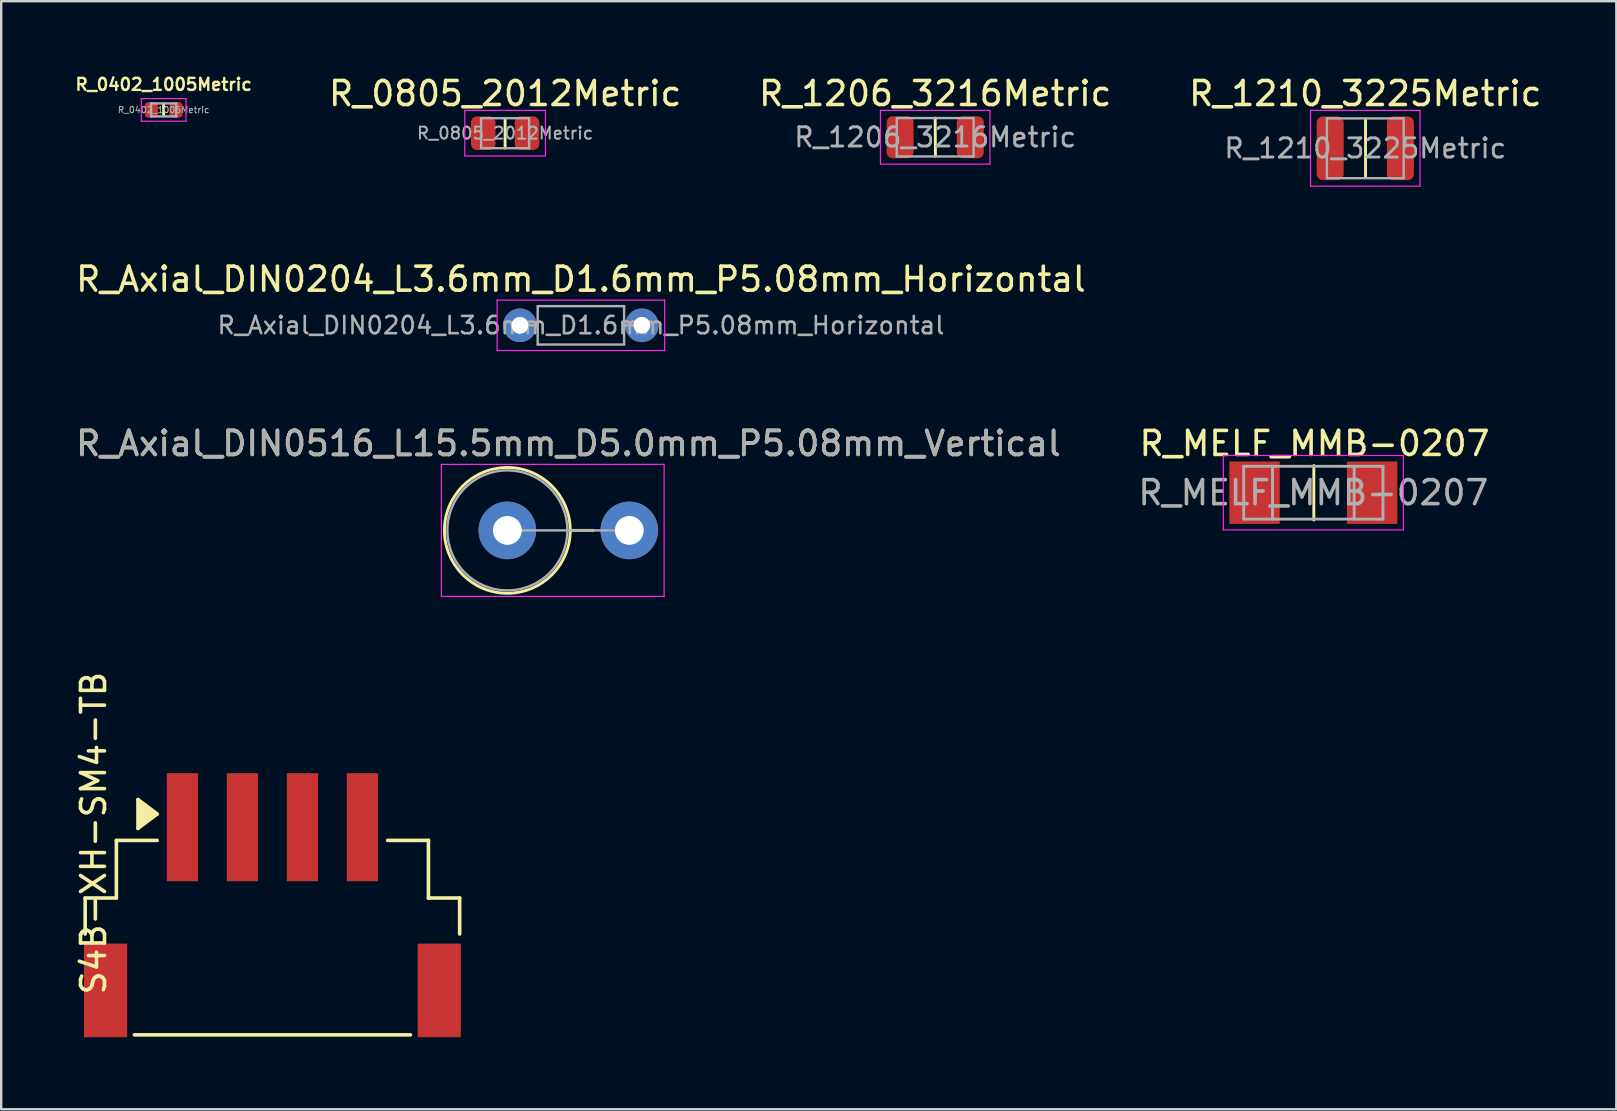
<source format=kicad_pcb>
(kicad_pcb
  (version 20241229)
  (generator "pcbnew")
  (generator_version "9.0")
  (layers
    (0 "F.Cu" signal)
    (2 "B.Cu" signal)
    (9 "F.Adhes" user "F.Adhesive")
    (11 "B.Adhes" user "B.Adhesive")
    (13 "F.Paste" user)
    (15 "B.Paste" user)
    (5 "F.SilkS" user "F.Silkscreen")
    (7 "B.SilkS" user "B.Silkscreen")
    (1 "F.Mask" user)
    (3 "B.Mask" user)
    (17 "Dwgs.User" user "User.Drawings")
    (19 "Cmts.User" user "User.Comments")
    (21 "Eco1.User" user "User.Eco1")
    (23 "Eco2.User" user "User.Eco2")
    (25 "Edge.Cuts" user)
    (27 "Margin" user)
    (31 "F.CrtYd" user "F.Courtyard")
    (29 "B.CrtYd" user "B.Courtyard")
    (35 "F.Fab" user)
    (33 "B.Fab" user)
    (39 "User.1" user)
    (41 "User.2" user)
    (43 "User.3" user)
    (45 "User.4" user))
  (footprint "R_0402_1005Metric"
    (layer "F.Cu")
    (at 3.767 1.528)
    (property "Reference" "R_0402_1005Metric" (at 0 -1.06 0) (layer "F.SilkS") (effects (font (size 0.5 0.5) (thickness 0.1))))
    (attr smd)
    (fp_line (start 0 -0.26) (end 0 0.25) (stroke (width 0.12) (type solid)) (layer "F.SilkS"))
    (fp_line (start -0.93 -0.47) (end 0.93 -0.47) (stroke (width 0.05) (type solid)) (layer "F.CrtYd"))
    (fp_line (start -0.93 0.47) (end -0.93 -0.47) (stroke (width 0.05) (type solid)) (layer "F.CrtYd"))
    (fp_line (start 0.93 -0.47) (end 0.93 0.47) (stroke (width 0.05) (type solid)) (layer "F.CrtYd"))
    (fp_line (start 0.93 0.47) (end -0.93 0.47) (stroke (width 0.05) (type solid)) (layer "F.CrtYd"))
    (fp_line (start -0.525 -0.27) (end 0.525 -0.27) (stroke (width 0.1) (type solid)) (layer "F.Fab"))
    (fp_line (start -0.525 0.27) (end -0.525 -0.27) (stroke (width 0.1) (type solid)) (layer "F.Fab"))
    (fp_line (start 0.525 -0.27) (end 0.525 0.27) (stroke (width 0.1) (type solid)) (layer "F.Fab"))
    (fp_line (start 0.525 0.27) (end -0.525 0.27) (stroke (width 0.1) (type solid)) (layer "F.Fab"))
    (fp_text user "${REFERENCE}" (at 0 0 0) (layer "F.Fab") (effects (font (size 0.26 0.26) (thickness 0.04))))
    (pad "1" smd roundrect (at -0.51 0) (size 0.54 0.64) (layers "F.Cu" "F.Mask" "F.Paste") (roundrect_rratio 0.25))
    (pad "2" smd roundrect (at 0.51 0) (size 0.54 0.64) (layers "F.Cu" "F.Mask" "F.Paste") (roundrect_rratio 0.25)))
  (footprint "R_1206_3216Metric"
    (layer "F.Cu")
    (at 35.908 2.668)
    (property "Reference" "R_1206_3216Metric" (at 0 -1.82 0) (layer "F.SilkS") (effects (font (size 1 1) (thickness 0.15))))
    (attr smd)
    (fp_line (start 0 -0.8) (end 0.01 0.79) (stroke (width 0.12) (type solid)) (layer "F.SilkS"))
    (fp_line (start -2.28 -1.12) (end 2.28 -1.12) (stroke (width 0.05) (type solid)) (layer "F.CrtYd"))
    (fp_line (start -2.28 1.12) (end -2.28 -1.12) (stroke (width 0.05) (type solid)) (layer "F.CrtYd"))
    (fp_line (start 2.28 -1.12) (end 2.28 1.12) (stroke (width 0.05) (type solid)) (layer "F.CrtYd"))
    (fp_line (start 2.28 1.12) (end -2.28 1.12) (stroke (width 0.05) (type solid)) (layer "F.CrtYd"))
    (fp_line (start -1.6 -0.8) (end 1.6 -0.8) (stroke (width 0.1) (type solid)) (layer "F.Fab"))
    (fp_line (start -1.6 0.8) (end -1.6 -0.8) (stroke (width 0.1) (type solid)) (layer "F.Fab"))
    (fp_line (start 1.6 -0.8) (end 1.6 0.8) (stroke (width 0.1) (type solid)) (layer "F.Fab"))
    (fp_line (start 1.6 0.8) (end -1.6 0.8) (stroke (width 0.1) (type solid)) (layer "F.Fab"))
    (fp_text user "${REFERENCE}" (at 0 0 0) (layer "F.Fab") (effects (font (size 0.8 0.8) (thickness 0.12))))
    (pad "1" smd roundrect (at -1.462 0) (size 1.125 1.75) (layers "F.Cu" "F.Mask" "F.Paste") (roundrect_rratio 0.222))
    (pad "2" smd roundrect (at 1.462 0) (size 1.125 1.75) (layers "F.Cu" "F.Mask" "F.Paste") (roundrect_rratio 0.222)))
  (footprint "R_Axial_DIN0516_L15.5mm_D5.0mm_P5.08mm_Vertical"
    (layer "F.Cu")
    (at 18.085 19.045)
    (property "Reference" "R_Axial_DIN0516_L15.5mm_D5.0mm_P5.08mm_Vertical" (at 2.54 -3.62 0) (layer "F.SilkS") (effects (font (size 1 1) (thickness 0.15))))
    (attr through_hole)
    (fp_line (start 2.62 0) (end 3.58 0) (stroke (width 0.12) (type solid)) (layer "F.SilkS"))
    (fp_circle (center 0 0) (end 2.62 0) (stroke (width 0.12) (type solid)) (fill no) (layer "F.SilkS"))
    (fp_line (start -2.75 -2.75) (end -2.75 2.75) (stroke (width 0.05) (type solid)) (layer "F.CrtYd"))
    (fp_line (start -2.75 2.75) (end 6.53 2.75) (stroke (width 0.05) (type solid)) (layer "F.CrtYd"))
    (fp_line (start 6.53 -2.75) (end -2.75 -2.75) (stroke (width 0.05) (type solid)) (layer "F.CrtYd"))
    (fp_line (start 6.53 2.75) (end 6.53 -2.75) (stroke (width 0.05) (type solid)) (layer "F.CrtYd"))
    (fp_line (start 0 0) (end 5.08 0) (stroke (width 0.1) (type solid)) (layer "F.Fab"))
    (fp_circle (center 0 0) (end 2.5 0) (stroke (width 0.1) (type solid)) (fill no) (layer "F.Fab"))
    (fp_text user "${REFERENCE}" (at 2.54 -3.62 0) (layer "F.Fab") (effects (font (size 1 1) (thickness 0.15))))
    (pad "1" thru_hole circle (at 0 0) (size 2.4 2.4) (drill 1.2) (layers "*.Cu" "*.Mask"))
    (pad "2" thru_hole oval (at 5.08 0) (size 2.4 2.4) (drill 1.2) (layers "*.Cu" "*.Mask")))
  (footprint "S4B-XH-SM4-TB"
    (layer "F.Cu")
    (at 8.298 33.659)
    (property "Reference" "S4B-XH-SM4-TB" (at -7.45 -2 90) (layer "F.SilkS") (effects (font (size 1 1) (thickness 0.15))))
    (attr smd)
    (fp_line (start -7.8 0.7) (end -6.5 0.7) (stroke (width 0.15) (type solid)) (layer "F.SilkS"))
    (fp_line (start -7.8 2.2) (end -7.8 0.7) (stroke (width 0.15) (type solid)) (layer "F.SilkS"))
    (fp_line (start -6.5 -1.7) (end -4.8 -1.7) (stroke (width 0.15) (type solid)) (layer "F.SilkS"))
    (fp_line (start -6.5 0.7) (end -6.5 -1.7) (stroke (width 0.15) (type solid)) (layer "F.SilkS"))
    (fp_line (start -5.75 6.4) (end 5.75 6.4) (stroke (width 0.15) (type solid)) (layer "F.SilkS"))
    (fp_line (start -5.6 -3.4) (end -4.8 -2.8) (stroke (width 0.15) (type solid)) (layer "F.SilkS"))
    (fp_line (start -5.6 -2.2) (end -5.6 -3.4) (stroke (width 0.15) (type solid)) (layer "F.SilkS"))
    (fp_line (start -5.5 -3.2) (end -5.5 -2.4) (stroke (width 0.15) (type solid)) (layer "F.SilkS"))
    (fp_line (start -5.4 -3.2) (end -5.4 -2.4) (stroke (width 0.15) (type solid)) (layer "F.SilkS"))
    (fp_line (start -5.3 -3.1) (end -5.3 -2.5) (stroke (width 0.15) (type solid)) (layer "F.SilkS"))
    (fp_line (start -5.2 -3) (end -5.2 -2.6) (stroke (width 0.15) (type solid)) (layer "F.SilkS"))
    (fp_line (start -5.1 -2.9) (end -5.1 -2.7) (stroke (width 0.15) (type solid)) (layer "F.SilkS"))
    (fp_line (start -5 -2.9) (end -5 -2.7) (stroke (width 0.15) (type solid)) (layer "F.SilkS"))
    (fp_line (start -4.8 -2.8) (end -5.6 -2.2) (stroke (width 0.15) (type solid)) (layer "F.SilkS"))
    (fp_line (start 4.8 -1.7) (end 6.5 -1.7) (stroke (width 0.15) (type solid)) (layer "F.SilkS"))
    (fp_line (start 6.5 0.7) (end 6.5 -1.7) (stroke (width 0.15) (type solid)) (layer "F.SilkS"))
    (fp_line (start 6.5 0.7) (end 7.8 0.7) (stroke (width 0.15) (type solid)) (layer "F.SilkS"))
    (fp_line (start 7.8 2.2) (end 7.8 0.7) (stroke (width 0.15) (type solid)) (layer "F.SilkS"))
    (pad "" smd rect (at -6.95 4.55) (size 1.8 3.9) (layers "F.Cu" "F.Mask" "F.Paste"))
    (pad "" smd rect (at 6.95 4.55) (size 1.8 3.9) (layers "F.Cu" "F.Mask" "F.Paste"))
    (pad "1" smd rect (at -3.75 -2.25) (size 1.3 4.5) (layers "F.Cu" "F.Mask" "F.Paste"))
    (pad "2" smd rect (at -1.25 -2.25) (size 1.3 4.5) (layers "F.Cu" "F.Mask" "F.Paste"))
    (pad "3" smd rect (at 1.25 -2.25) (size 1.3 4.5) (layers "F.Cu" "F.Mask" "F.Paste"))
    (pad "4" smd rect (at 3.75 -2.25) (size 1.3 4.5) (layers "F.Cu" "F.Mask" "F.Paste")))
  (footprint "R_0805_2012Metric"
    (layer "F.Cu")
    (at 17.992 2.498)
    (property "Reference" "R_0805_2012Metric" (at 0 -1.65 0) (layer "F.SilkS") (effects (font (size 1 1) (thickness 0.15))))
    (attr smd)
    (fp_line (start 0 -0.62) (end 0 0.62) (stroke (width 0.12) (type solid)) (layer "F.SilkS"))
    (fp_line (start -1.68 -0.95) (end 1.68 -0.95) (stroke (width 0.05) (type solid)) (layer "F.CrtYd"))
    (fp_line (start -1.68 0.95) (end -1.68 -0.95) (stroke (width 0.05) (type solid)) (layer "F.CrtYd"))
    (fp_line (start 1.68 -0.95) (end 1.68 0.95) (stroke (width 0.05) (type solid)) (layer "F.CrtYd"))
    (fp_line (start 1.68 0.95) (end -1.68 0.95) (stroke (width 0.05) (type solid)) (layer "F.CrtYd"))
    (fp_line (start -1 -0.625) (end 1 -0.625) (stroke (width 0.1) (type solid)) (layer "F.Fab"))
    (fp_line (start -1 0.625) (end -1 -0.625) (stroke (width 0.1) (type solid)) (layer "F.Fab"))
    (fp_line (start 1 -0.625) (end 1 0.625) (stroke (width 0.1) (type solid)) (layer "F.Fab"))
    (fp_line (start 1 0.625) (end -1 0.625) (stroke (width 0.1) (type solid)) (layer "F.Fab"))
    (fp_text user "${REFERENCE}" (at 0 0 0) (layer "F.Fab") (effects (font (size 0.5 0.5) (thickness 0.08))))
    (pad "1" smd roundrect (at -0.912 0) (size 1.025 1.4) (layers "F.Cu" "F.Mask" "F.Paste") (roundrect_rratio 0.244))
    (pad "2" smd roundrect (at 0.912 0) (size 1.025 1.4) (layers "F.Cu" "F.Mask" "F.Paste") (roundrect_rratio 0.244)))
  (footprint "R_Axial_DIN0204_L3.6mm_D1.6mm_P5.08mm_Horizontal"
    (layer "F.Cu")
    (at 18.609 10.502)
    (property "Reference" "R_Axial_DIN0204_L3.6mm_D1.6mm_P5.08mm_Horizontal" (at 2.54 -1.92 0) (layer "F.SilkS") (effects (font (size 1 1) (thickness 0.15))))
    (attr through_hole)
    (fp_line (start -0.95 -1.05) (end -0.95 1.05) (stroke (width 0.05) (type solid)) (layer "F.CrtYd"))
    (fp_line (start -0.95 1.05) (end 6.03 1.05) (stroke (width 0.05) (type solid)) (layer "F.CrtYd"))
    (fp_line (start 6.03 -1.05) (end -0.95 -1.05) (stroke (width 0.05) (type solid)) (layer "F.CrtYd"))
    (fp_line (start 6.03 1.05) (end 6.03 -1.05) (stroke (width 0.05) (type solid)) (layer "F.CrtYd"))
    (fp_line (start 0 0) (end 0.74 0) (stroke (width 0.1) (type solid)) (layer "F.Fab"))
    (fp_line (start 0.74 -0.8) (end 0.74 0.8) (stroke (width 0.1) (type solid)) (layer "F.Fab"))
    (fp_line (start 0.74 0.8) (end 4.34 0.8) (stroke (width 0.1) (type solid)) (layer "F.Fab"))
    (fp_line (start 4.34 -0.8) (end 0.74 -0.8) (stroke (width 0.1) (type solid)) (layer "F.Fab"))
    (fp_line (start 4.34 0.8) (end 4.34 -0.8) (stroke (width 0.1) (type solid)) (layer "F.Fab"))
    (fp_line (start 5.08 0) (end 4.34 0) (stroke (width 0.1) (type solid)) (layer "F.Fab"))
    (fp_text user "${REFERENCE}" (at 2.54 0 0) (layer "F.Fab") (effects (font (size 0.72 0.72) (thickness 0.108))))
    (pad "1" thru_hole circle (at 0 0) (size 1.4 1.4) (drill 0.7) (layers "*.Cu" "*.Mask"))
    (pad "2" thru_hole oval (at 5.08 0) (size 1.4 1.4) (drill 0.7) (layers "*.Cu" "*.Mask")))
  (footprint "R_1210_3225Metric"
    (layer "F.Cu")
    (at 53.825 3.128)
    (property "Reference" "R_1210_3225Metric" (at 0 -2.28 0) (layer "F.SilkS") (effects (font (size 1 1) (thickness 0.15))))
    (attr smd)
    (fp_line (start 0.01 -1.2) (end 0.01 1.17) (stroke (width 0.12) (type solid)) (layer "F.SilkS"))
    (fp_line (start -2.28 -1.58) (end 2.28 -1.58) (stroke (width 0.05) (type solid)) (layer "F.CrtYd"))
    (fp_line (start -2.28 1.58) (end -2.28 -1.58) (stroke (width 0.05) (type solid)) (layer "F.CrtYd"))
    (fp_line (start 2.28 -1.58) (end 2.28 1.58) (stroke (width 0.05) (type solid)) (layer "F.CrtYd"))
    (fp_line (start 2.28 1.58) (end -2.28 1.58) (stroke (width 0.05) (type solid)) (layer "F.CrtYd"))
    (fp_line (start -1.6 -1.245) (end 1.6 -1.245) (stroke (width 0.1) (type solid)) (layer "F.Fab"))
    (fp_line (start -1.6 1.245) (end -1.6 -1.245) (stroke (width 0.1) (type solid)) (layer "F.Fab"))
    (fp_line (start 1.6 -1.245) (end 1.6 1.245) (stroke (width 0.1) (type solid)) (layer "F.Fab"))
    (fp_line (start 1.6 1.245) (end -1.6 1.245) (stroke (width 0.1) (type solid)) (layer "F.Fab"))
    (fp_text user "${REFERENCE}" (at 0 0 0) (layer "F.Fab") (effects (font (size 0.8 0.8) (thickness 0.12))))
    (pad "1" smd roundrect (at -1.462 0) (size 1.125 2.65) (layers "F.Cu" "F.Mask" "F.Paste") (roundrect_rratio 0.222))
    (pad "2" smd roundrect (at 1.462 0) (size 1.125 2.65) (layers "F.Cu" "F.Mask" "F.Paste") (roundrect_rratio 0.222)))
  (footprint "R_MELF_MMB-0207"
    (layer "F.Cu")
    (at 51.661 17.475)
    (property "Reference" "R_MELF_MMB-0207" (at 0.05 -2.05 0) (layer "F.SilkS") (effects (font (size 1 1) (thickness 0.15))))
    (attr smd)
    (fp_line (start 0.02 -1.13) (end 0.02 1.14) (stroke (width 0.12) (type solid)) (layer "F.SilkS"))
    (fp_line (start -3.75 -1.55) (end -3.75 1.55) (stroke (width 0.05) (type solid)) (layer "F.CrtYd"))
    (fp_line (start -3.75 -1.55) (end 3.75 -1.55) (stroke (width 0.05) (type solid)) (layer "F.CrtYd"))
    (fp_line (start 3.75 1.55) (end -3.75 1.55) (stroke (width 0.05) (type solid)) (layer "F.CrtYd"))
    (fp_line (start 3.75 1.55) (end 3.75 -1.55) (stroke (width 0.05) (type solid)) (layer "F.CrtYd"))
    (fp_line (start -2.9 -1.1) (end -2.9 1.1) (stroke (width 0.12) (type solid)) (layer "F.Fab"))
    (fp_line (start -2.9 1.1) (end 2.9 1.1) (stroke (width 0.12) (type solid)) (layer "F.Fab"))
    (fp_line (start -1.7 -1.1) (end -1.7 1.1) (stroke (width 0.12) (type solid)) (layer "F.Fab"))
    (fp_line (start 1.7 -1.1) (end 1.7 1.1) (stroke (width 0.12) (type solid)) (layer "F.Fab"))
    (fp_line (start 2.9 -1.1) (end -2.9 -1.1) (stroke (width 0.12) (type solid)) (layer "F.Fab"))
    (fp_line (start 2.9 1.1) (end 2.9 -1.1) (stroke (width 0.12) (type solid)) (layer "F.Fab"))
    (fp_text user "${REFERENCE}" (at 0 0 0) (layer "F.Fab") (effects (font (size 1 1) (thickness 0.15))))
    (pad "1" smd rect (at -2.45 0) (size 2.1 2.6) (layers "F.Cu" "F.Mask" "F.Paste"))
    (pad "2" smd rect (at 2.45 0) (size 2.1 2.6) (layers "F.Cu" "F.Mask" "F.Paste")))
  (gr_rect
    (start -3 -3)
    (end 64.283 43.159)
    (stroke (width 0.1) (type default))
    (fill no)
    (layer "Edge.Cuts")))
</source>
